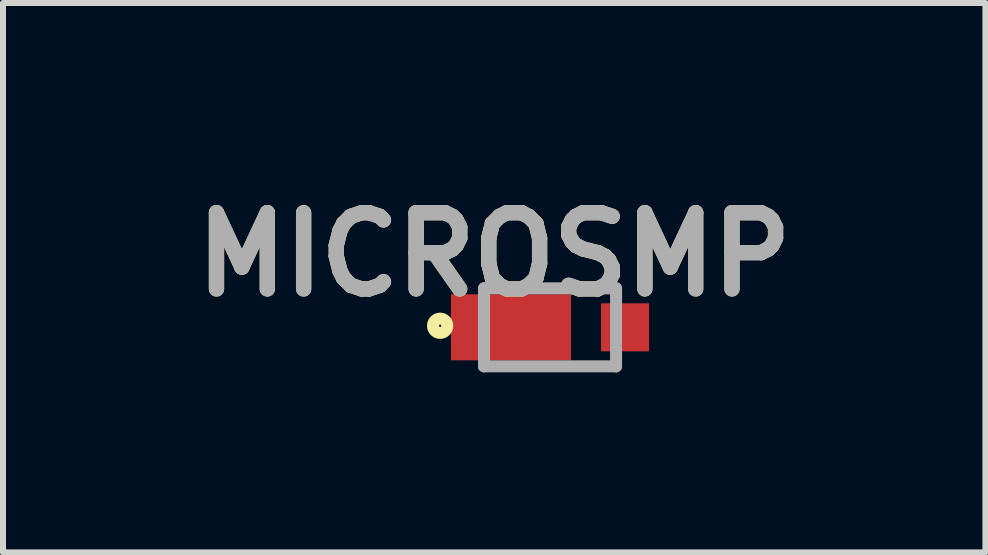
<source format=kicad_pcb>
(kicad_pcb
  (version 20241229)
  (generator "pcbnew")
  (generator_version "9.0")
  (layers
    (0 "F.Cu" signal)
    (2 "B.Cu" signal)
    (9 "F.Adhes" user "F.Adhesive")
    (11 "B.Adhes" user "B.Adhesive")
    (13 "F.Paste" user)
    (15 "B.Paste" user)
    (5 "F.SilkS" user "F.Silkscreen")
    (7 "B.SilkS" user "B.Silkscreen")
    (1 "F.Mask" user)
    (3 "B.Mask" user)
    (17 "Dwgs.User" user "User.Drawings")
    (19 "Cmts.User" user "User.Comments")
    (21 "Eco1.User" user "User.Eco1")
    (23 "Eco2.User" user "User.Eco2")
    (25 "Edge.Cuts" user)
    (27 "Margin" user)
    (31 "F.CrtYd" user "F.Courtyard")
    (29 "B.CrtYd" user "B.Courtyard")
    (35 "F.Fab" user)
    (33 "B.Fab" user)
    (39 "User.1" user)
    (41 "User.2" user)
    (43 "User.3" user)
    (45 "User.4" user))
  (footprint "MICROSMP"
    (layer "F.Cu")
    (at 6.113 2.403)
    (property "Reference" "MICROSMP" (at -0.93 -1.214 0) (layer "F.SilkS") (effects (font (size 1.27 1.27) (thickness 0.254))))
    (attr smd)
    (fp_circle (center -1.831 -0.026) (end -1.831 -0.007) (stroke (width 0.2) (type solid)) (fill no) (layer "F.SilkS"))
    (fp_line (start -1.1 -0.65) (end 1.1 -0.65) (stroke (width 0.2) (type solid)) (layer "F.Fab"))
    (fp_line (start -1.1 0.65) (end -1.1 -0.65) (stroke (width 0.2) (type solid)) (layer "F.Fab"))
    (fp_line (start 1.1 -0.65) (end 1.1 0.65) (stroke (width 0.2) (type solid)) (layer "F.Fab"))
    (fp_line (start 1.1 0.65) (end -1.1 0.65) (stroke (width 0.2) (type solid)) (layer "F.Fab"))
    (fp_text user "${REFERENCE}" (at -0.93 -1.214 0) (layer "F.Fab") (effects (font (size 1.27 1.27) (thickness 0.254))))
    (pad "1" smd rect (at -0.65 0 90) (size 1.1 2) (layers "F.Cu" "F.Mask" "F.Paste"))
    (pad "2" smd rect (at 1.25 0 90) (size 0.8 0.8) (layers "F.Cu" "F.Mask" "F.Paste")))
  (gr_rect
    (start -3 -3)
    (end 13.366 6.153)
    (stroke (width 0.1) (type default))
    (fill no)
    (layer "Edge.Cuts")))
</source>
